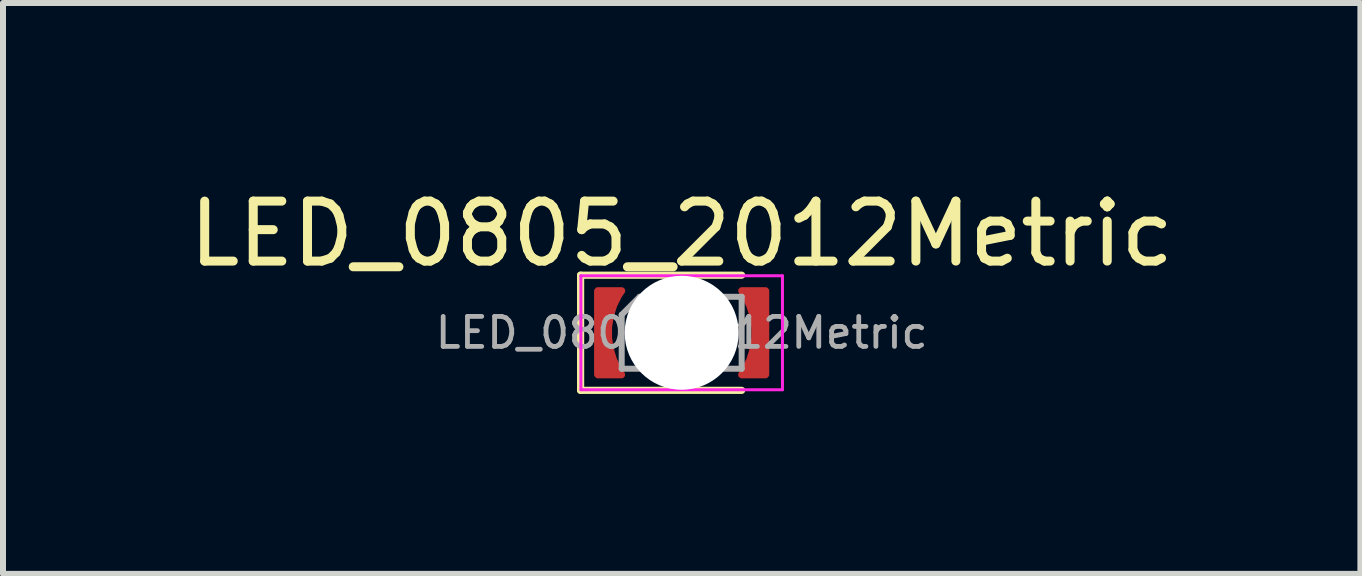
<source format=kicad_pcb>
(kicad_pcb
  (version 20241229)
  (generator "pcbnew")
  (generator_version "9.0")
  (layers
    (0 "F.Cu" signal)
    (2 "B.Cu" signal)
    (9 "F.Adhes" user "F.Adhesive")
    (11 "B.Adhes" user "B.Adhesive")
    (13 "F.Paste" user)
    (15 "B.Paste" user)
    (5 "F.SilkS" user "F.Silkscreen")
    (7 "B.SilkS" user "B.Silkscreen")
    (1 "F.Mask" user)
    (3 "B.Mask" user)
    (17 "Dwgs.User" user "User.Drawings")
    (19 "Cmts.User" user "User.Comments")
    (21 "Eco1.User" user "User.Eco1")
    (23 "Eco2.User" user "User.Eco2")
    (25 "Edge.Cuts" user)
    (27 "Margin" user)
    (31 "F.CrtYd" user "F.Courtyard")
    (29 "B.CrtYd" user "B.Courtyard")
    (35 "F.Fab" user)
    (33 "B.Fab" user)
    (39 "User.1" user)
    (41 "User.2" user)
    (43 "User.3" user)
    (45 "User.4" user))
  (footprint "LED_0805_2012Metric"
    (layer "F.Cu")
    (at 8.315 2.498)
    (property "Reference" "LED_0805_2012Metric" (at 0 -1.65 0) (layer "F.SilkS") (effects (font (size 1 1) (thickness 0.15))))
    (attr smd)
    (fp_line (start -1.685 -0.96) (end -1.685 0.96) (stroke (width 0.12) (type solid)) (layer "F.SilkS"))
    (fp_line (start -1.685 0.96) (end 1 0.96) (stroke (width 0.12) (type solid)) (layer "F.SilkS"))
    (fp_line (start 1 -0.96) (end -1.685 -0.96) (stroke (width 0.12) (type solid)) (layer "F.SilkS"))
    (fp_line (start -1.68 -0.95) (end 1.68 -0.95) (stroke (width 0.05) (type solid)) (layer "F.CrtYd"))
    (fp_line (start -1.68 0.95) (end -1.68 -0.95) (stroke (width 0.05) (type solid)) (layer "F.CrtYd"))
    (fp_line (start 1.68 -0.95) (end 1.68 0.95) (stroke (width 0.05) (type solid)) (layer "F.CrtYd"))
    (fp_line (start 1.68 0.95) (end -1.68 0.95) (stroke (width 0.05) (type solid)) (layer "F.CrtYd"))
    (fp_line (start -1 -0.3) (end -1 0.6) (stroke (width 0.1) (type solid)) (layer "F.Fab"))
    (fp_line (start -1 0.6) (end 1 0.6) (stroke (width 0.1) (type solid)) (layer "F.Fab"))
    (fp_line (start -0.7 -0.6) (end -1 -0.3) (stroke (width 0.1) (type solid)) (layer "F.Fab"))
    (fp_line (start 1 -0.6) (end -0.7 -0.6) (stroke (width 0.1) (type solid)) (layer "F.Fab"))
    (fp_line (start 1 0.6) (end 1 -0.6) (stroke (width 0.1) (type solid)) (layer "F.Fab"))
    (fp_text user "${REFERENCE}" (at 0 0 0) (layer "F.Fab") (effects (font (size 0.5 0.5) (thickness 0.08))))
    (pad "" np_thru_hole circle (at 0 0) (size 1.9 1.9) (drill 1.9) (layers "*.Cu" "*.Mask"))
    (pad "1" smd custom (at -1.3 0) (size 0.2 0.2) (layers "F.Cu" "F.Mask" "F.Paste") (options (anchor circle)) (primitives (gr_line (start 0.3 -0.7) (end -0.1 -0.7) (width 0.12)) (gr_line (start -0.1 0.7) (end -0.1 -0.7) (width 0.12)) (gr_poly (pts (xy 0 0) (xy 0.15 0.65) (xy -0.05 0.65) (xy -0.05 -0.65) (xy 0.2 -0.65)) (width 0.1) (fill yes)) (gr_arc (start 0.292585 0.689284) (mid 0.079363 -0.006516) (end 0.300001 -0.699999) (width 0.12)) (gr_line (start -0.1 0.7) (end 0.3 0.7) (width 0.12))))
    (pad "2" smd custom (at 1.3 0 180) (size 0.2 0.2) (layers "F.Cu" "F.Mask" "F.Paste") (options (anchor circle)) (primitives (gr_line (start 0.3 -0.7) (end -0.1 -0.7) (width 0.12)) (gr_line (start -0.1 0.7) (end -0.1 -0.7) (width 0.12)) (gr_poly (pts (xy 0 0) (xy 0.15 0.65) (xy -0.05 0.65) (xy -0.05 -0.65) (xy 0.2 -0.65)) (width 0.1) (fill yes)) (gr_arc (start 0.292585 0.689284) (mid 0.079363 -0.006516) (end 0.300001 -0.699999) (width 0.12)) (gr_line (start -0.1 0.7) (end 0.3 0.7) (width 0.12)))))
  (gr_rect
    (start -3 -3)
    (end 19.631 6.518)
    (stroke (width 0.1) (type default))
    (fill no)
    (layer "Edge.Cuts")))
</source>
